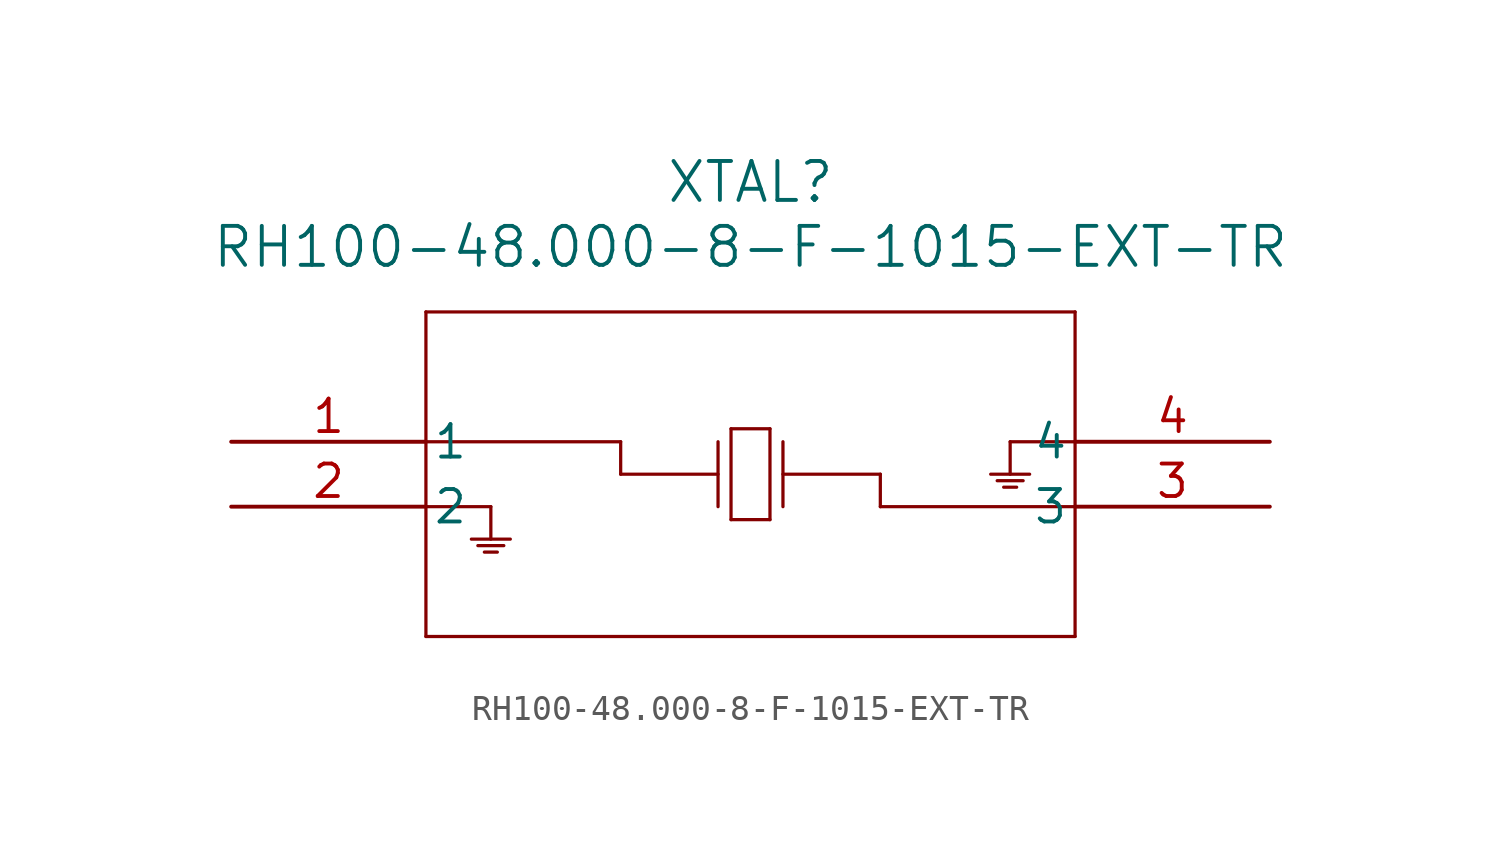
<source format=kicad_sym>
(kicad_symbol_lib
  (version 20211014)
  (generator kicad_symbol_editor)
  (symbol "RH100-48.000-8-F-1015-EXT-TR"
    (pin_names
      (offset 0.254))
    (property "Reference" "XTAL"
      (at 20.32 10.16 0)
      (effects (font (size 1.524 1.524))))
    (property "Value" "RH100-48.000-8-F-1015-EXT-TR"
      (at 20.32 7.62 0)
      (effects (font (size 1.524 1.524))))
    (symbol "RH100-48.000-8-F-1015-EXT-TR_0_1"
      (polyline (pts (xy 7.62 5.08) (xy 7.62 -7.62)) (stroke (width 0.127) (type default) (color 0 0 0 0)) (fill (type none)))
      (polyline (pts (xy 7.62 -7.62) (xy 33.02 -7.62)) (stroke (width 0.127) (type default) (color 0 0 0 0)) (fill (type none)))
      (polyline (pts (xy 33.02 -7.62) (xy 33.02 5.08)) (stroke (width 0.127) (type default) (color 0 0 0 0)) (fill (type none)))
      (polyline (pts (xy 33.02 5.08) (xy 7.62 5.08)) (stroke (width 0.127) (type default) (color 0 0 0 0)) (fill (type none)))
      (polyline (pts (xy 7.62 0) (xy 15.24 0)) (stroke (width 0.127) (type default) (color 0 0 0 0)) (fill (type none)))
      (polyline (pts (xy 15.24 0) (xy 15.24 -1.27)) (stroke (width 0.127) (type default) (color 0 0 0 0)) (fill (type none)))
      (polyline (pts (xy 15.24 -1.27) (xy 19.05 -1.27)) (stroke (width 0.127) (type default) (color 0 0 0 0)) (fill (type none)))
      (polyline (pts (xy 19.05 0) (xy 19.05 -2.54)) (stroke (width 0.127) (type default) (color 0 0 0 0)) (fill (type none)))
      (polyline (pts (xy 21.59 0) (xy 21.59 -2.54)) (stroke (width 0.127) (type default) (color 0 0 0 0)) (fill (type none)))
      (polyline (pts (xy 21.59 -1.27) (xy 25.4 -1.27)) (stroke (width 0.127) (type default) (color 0 0 0 0)) (fill (type none)))
      (polyline (pts (xy 25.4 -1.27) (xy 25.4 -2.54)) (stroke (width 0.127) (type default) (color 0 0 0 0)) (fill (type none)))
      (polyline (pts (xy 25.4 -2.54) (xy 33.02 -2.54)) (stroke (width 0.127) (type default) (color 0 0 0 0)) (fill (type none)))
      (polyline (pts (xy 19.558 0.508) (xy 19.558 -3.048)) (stroke (width 0.127) (type default) (color 0 0 0 0)) (fill (type none)))
      (polyline (pts (xy 19.558 -3.048) (xy 21.082 -3.048)) (stroke (width 0.127) (type default) (color 0 0 0 0)) (fill (type none)))
      (polyline (pts (xy 21.082 -3.048) (xy 21.082 0.508)) (stroke (width 0.127) (type default) (color 0 0 0 0)) (fill (type none)))
      (polyline (pts (xy 21.082 0.508) (xy 19.558 0.508)) (stroke (width 0.127) (type default) (color 0 0 0 0)) (fill (type none)))
      (polyline (pts (xy 7.62 -2.54) (xy 10.16 -2.54)) (stroke (width 0.127) (type default) (color 0 0 0 0)) (fill (type none)))
      (polyline (pts (xy 10.16 -2.54) (xy 10.16 -3.81)) (stroke (width 0.127) (type default) (color 0 0 0 0)) (fill (type none)))
      (polyline (pts (xy 9.398 -3.81) (xy 10.922 -3.81)) (stroke (width 0.127) (type default) (color 0 0 0 0)) (fill (type none)))
      (polyline (pts (xy 9.906 -4.318) (xy 10.414 -4.318)) (stroke (width 0.127) (type default) (color 0 0 0 0)) (fill (type none)))
      (polyline (pts (xy 9.652 -4.064) (xy 10.668 -4.064)) (stroke (width 0.127) (type default) (color 0 0 0 0)) (fill (type none)))
      (polyline (pts (xy 33.02 0) (xy 30.48 0)) (stroke (width 0.127) (type default) (color 0 0 0 0)) (fill (type none)))
      (polyline (pts (xy 30.48 0) (xy 30.48 -1.27)) (stroke (width 0.127) (type default) (color 0 0 0 0)) (fill (type none)))
      (polyline (pts (xy 31.242 -1.27) (xy 29.718 -1.27)) (stroke (width 0.127) (type default) (color 0 0 0 0)) (fill (type none)))
      (polyline (pts (xy 30.734 -1.778) (xy 30.226 -1.778)) (stroke (width 0.127) (type default) (color 0 0 0 0)) (fill (type none)))
      (polyline (pts (xy 30.988 -1.524) (xy 29.972 -1.524)) (stroke (width 0.127) (type default) (color 0 0 0 0)) (fill (type none)))
      (pin unspecified line (at 0 0 0) (length 7.62) (name "1" (effects (font (size 1.27 1.27)))) (number "1" (effects (font (size 1.27 1.27)))))
      (pin unspecified line (at 0 -2.54 0) (length 7.62) (name "2" (effects (font (size 1.27 1.27)))) (number "2" (effects (font (size 1.27 1.27)))))
      (pin unspecified line (at 40.64 -2.54 180) (length 7.62) (name "3" (effects (font (size 1.27 1.27)))) (number "3" (effects (font (size 1.27 1.27)))))
      (pin unspecified line (at 40.64 0 180) (length 7.62) (name "4" (effects (font (size 1.27 1.27)))) (number "4" (effects (font (size 1.27 1.27))))))))
</source>
